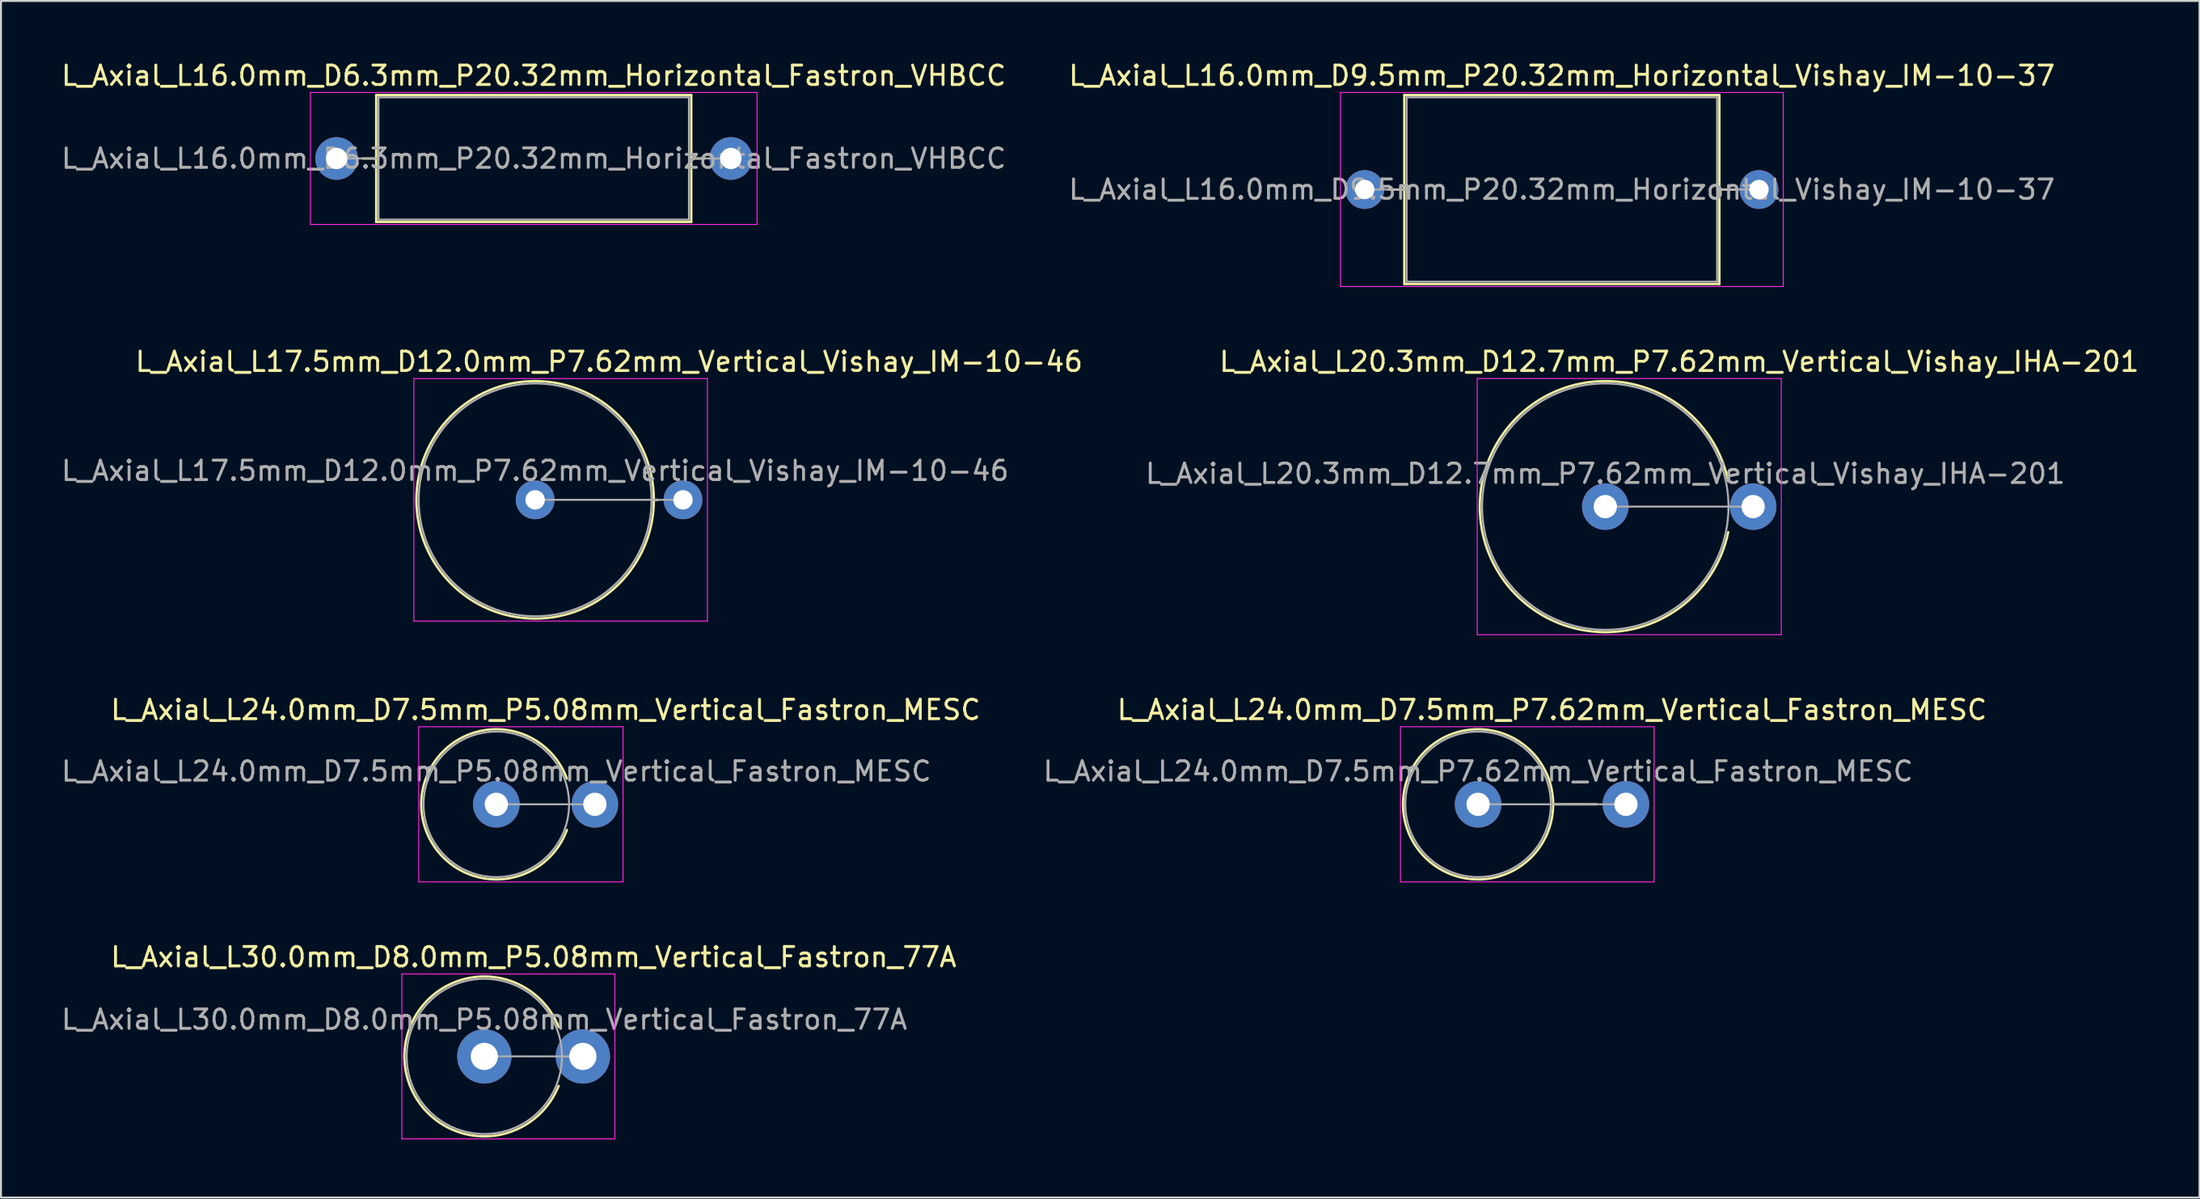
<source format=kicad_pcb>
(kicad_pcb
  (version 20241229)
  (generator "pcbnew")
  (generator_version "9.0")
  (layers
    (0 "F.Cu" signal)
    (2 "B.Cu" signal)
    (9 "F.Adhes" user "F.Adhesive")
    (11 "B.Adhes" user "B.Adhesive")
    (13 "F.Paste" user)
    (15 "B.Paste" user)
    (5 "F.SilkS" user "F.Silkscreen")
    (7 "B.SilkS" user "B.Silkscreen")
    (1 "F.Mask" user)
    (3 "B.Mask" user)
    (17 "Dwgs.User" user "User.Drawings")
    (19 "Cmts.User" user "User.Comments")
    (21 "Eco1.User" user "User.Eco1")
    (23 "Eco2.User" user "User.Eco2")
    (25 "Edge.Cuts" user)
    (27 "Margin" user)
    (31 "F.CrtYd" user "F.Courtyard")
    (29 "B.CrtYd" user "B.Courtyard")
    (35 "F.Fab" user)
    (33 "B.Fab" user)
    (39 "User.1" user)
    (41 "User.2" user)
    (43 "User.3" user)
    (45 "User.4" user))
  (footprint "L_Axial_L16.0mm_D6.3mm_P20.32mm_Horizontal_Fastron_VHBCC"
    (layer "F.Cu")
    (at 14.298 5.118)
    (property "Reference" "L_Axial_L16.0mm_D6.3mm_P20.32mm_Horizontal_Fastron_VHBCC" (at 10.16 -4.27 0) (layer "F.SilkS") (effects (font (size 1 1) (thickness 0.15))))
    (attr through_hole)
    (fp_line (start 1.34 0) (end 2.04 0) (stroke (width 0.12) (type solid)) (layer "F.SilkS"))
    (fp_line (start 2.04 -3.27) (end 2.04 3.27) (stroke (width 0.12) (type solid)) (layer "F.SilkS"))
    (fp_line (start 2.04 3.27) (end 18.28 3.27) (stroke (width 0.12) (type solid)) (layer "F.SilkS"))
    (fp_line (start 18.28 -3.27) (end 2.04 -3.27) (stroke (width 0.12) (type solid)) (layer "F.SilkS"))
    (fp_line (start 18.28 3.27) (end 18.28 -3.27) (stroke (width 0.12) (type solid)) (layer "F.SilkS"))
    (fp_line (start 18.98 0) (end 18.28 0) (stroke (width 0.12) (type solid)) (layer "F.SilkS"))
    (fp_line (start -1.35 -3.4) (end -1.35 3.4) (stroke (width 0.05) (type solid)) (layer "F.CrtYd"))
    (fp_line (start -1.35 3.4) (end 21.67 3.4) (stroke (width 0.05) (type solid)) (layer "F.CrtYd"))
    (fp_line (start 21.67 -3.4) (end -1.35 -3.4) (stroke (width 0.05) (type solid)) (layer "F.CrtYd"))
    (fp_line (start 21.67 3.4) (end 21.67 -3.4) (stroke (width 0.05) (type solid)) (layer "F.CrtYd"))
    (fp_line (start 0 0) (end 2.16 0) (stroke (width 0.1) (type solid)) (layer "F.Fab"))
    (fp_line (start 2.16 -3.15) (end 2.16 3.15) (stroke (width 0.1) (type solid)) (layer "F.Fab"))
    (fp_line (start 2.16 3.15) (end 18.16 3.15) (stroke (width 0.1) (type solid)) (layer "F.Fab"))
    (fp_line (start 18.16 -3.15) (end 2.16 -3.15) (stroke (width 0.1) (type solid)) (layer "F.Fab"))
    (fp_line (start 18.16 3.15) (end 18.16 -3.15) (stroke (width 0.1) (type solid)) (layer "F.Fab"))
    (fp_line (start 20.32 0) (end 18.16 0) (stroke (width 0.1) (type solid)) (layer "F.Fab"))
    (fp_text user "${REFERENCE}" (at 10.16 0 0) (layer "F.Fab") (effects (font (size 1 1) (thickness 0.15))))
    (pad "1" thru_hole circle (at 0 0) (size 2.2 2.2) (drill 1.1) (layers "*.Cu" "*.Mask"))
    (pad "2" thru_hole oval (at 20.32 0) (size 2.2 2.2) (drill 1.1) (layers "*.Cu" "*.Mask")))
  (footprint "L_Axial_L30.0mm_D8.0mm_P5.08mm_Vertical_Fastron_77A"
    (layer "F.Cu")
    (at 21.911 51.398)
    (property "Reference" "L_Axial_L30.0mm_D8.0mm_P5.08mm_Vertical_Fastron_77A" (at 2.54 -5.12 0) (layer "F.SilkS") (effects (font (size 1 1) (thickness 0.15))))
    (attr through_hole)
    (fp_arc (start 3.82936 1.52) (mid -4.12 0) (end 3.82936 -1.52) (stroke (width 0.12) (type solid)) (layer "F.SilkS"))
    (fp_line (start -4.25 -4.25) (end -4.25 4.25) (stroke (width 0.05) (type solid)) (layer "F.CrtYd"))
    (fp_line (start -4.25 4.25) (end 6.73 4.25) (stroke (width 0.05) (type solid)) (layer "F.CrtYd"))
    (fp_line (start 6.73 -4.25) (end -4.25 -4.25) (stroke (width 0.05) (type solid)) (layer "F.CrtYd"))
    (fp_line (start 6.73 4.25) (end 6.73 -4.25) (stroke (width 0.05) (type solid)) (layer "F.CrtYd"))
    (fp_line (start 0 0) (end 5.08 0) (stroke (width 0.1) (type solid)) (layer "F.Fab"))
    (fp_circle (center 0 0) (end 4 0) (stroke (width 0.1) (type solid)) (fill no) (layer "F.Fab"))
    (fp_text user "${REFERENCE}" (at 0 -1.9 0) (layer "F.Fab") (effects (font (size 1 1) (thickness 0.15))))
    (pad "1" thru_hole circle (at 0 0) (size 2.8 2.8) (drill 1.4) (layers "*.Cu" "*.Mask"))
    (pad "2" thru_hole oval (at 5.08 0) (size 2.8 2.8) (drill 1.4) (layers "*.Cu" "*.Mask")))
  (footprint "L_Axial_L24.0mm_D7.5mm_P7.62mm_Vertical_Fastron_MESC"
    (layer "F.Cu")
    (at 73.129 38.405)
    (property "Reference" "L_Axial_L24.0mm_D7.5mm_P7.62mm_Vertical_Fastron_MESC" (at 3.81 -4.87 0) (layer "F.SilkS") (effects (font (size 1 1) (thickness 0.15))))
    (attr through_hole)
    (fp_line (start 3.87 0) (end 6.12 0) (stroke (width 0.12) (type solid)) (layer "F.SilkS"))
    (fp_circle (center 0 0) (end 3.87 0) (stroke (width 0.12) (type solid)) (fill no) (layer "F.SilkS"))
    (fp_line (start -4 -4) (end -4 4) (stroke (width 0.05) (type solid)) (layer "F.CrtYd"))
    (fp_line (start -4 4) (end 9.07 4) (stroke (width 0.05) (type solid)) (layer "F.CrtYd"))
    (fp_line (start 9.07 -4) (end -4 -4) (stroke (width 0.05) (type solid)) (layer "F.CrtYd"))
    (fp_line (start 9.07 4) (end 9.07 -4) (stroke (width 0.05) (type solid)) (layer "F.CrtYd"))
    (fp_line (start 0 0) (end 7.62 0) (stroke (width 0.1) (type solid)) (layer "F.Fab"))
    (fp_circle (center 0 0) (end 3.75 0) (stroke (width 0.1) (type solid)) (fill no) (layer "F.Fab"))
    (fp_text user "${REFERENCE}" (at 0 -1.7 0) (layer "F.Fab") (effects (font (size 1 1) (thickness 0.15))))
    (pad "1" thru_hole circle (at 0 0) (size 2.4 2.4) (drill 1.2) (layers "*.Cu" "*.Mask"))
    (pad "2" thru_hole oval (at 7.62 0) (size 2.4 2.4) (drill 1.2) (layers "*.Cu" "*.Mask")))
  (footprint "L_Axial_L24.0mm_D7.5mm_P5.08mm_Vertical_Fastron_MESC"
    (layer "F.Cu")
    (at 22.53 38.405)
    (property "Reference" "L_Axial_L24.0mm_D7.5mm_P5.08mm_Vertical_Fastron_MESC" (at 2.54 -4.87 0) (layer "F.SilkS") (effects (font (size 1 1) (thickness 0.15))))
    (attr through_hole)
    (fp_arc (start 3.637925 1.32) (mid -3.87 0) (end 3.637925 -1.32) (stroke (width 0.12) (type solid)) (layer "F.SilkS"))
    (fp_line (start -4 -4) (end -4 4) (stroke (width 0.05) (type solid)) (layer "F.CrtYd"))
    (fp_line (start -4 4) (end 6.53 4) (stroke (width 0.05) (type solid)) (layer "F.CrtYd"))
    (fp_line (start 6.53 -4) (end -4 -4) (stroke (width 0.05) (type solid)) (layer "F.CrtYd"))
    (fp_line (start 6.53 4) (end 6.53 -4) (stroke (width 0.05) (type solid)) (layer "F.CrtYd"))
    (fp_line (start 0 0) (end 5.08 0) (stroke (width 0.1) (type solid)) (layer "F.Fab"))
    (fp_circle (center 0 0) (end 3.75 0) (stroke (width 0.1) (type solid)) (fill no) (layer "F.Fab"))
    (fp_text user "${REFERENCE}" (at 0 -1.7 0) (layer "F.Fab") (effects (font (size 1 1) (thickness 0.15))))
    (pad "1" thru_hole circle (at 0 0) (size 2.4 2.4) (drill 1.2) (layers "*.Cu" "*.Mask"))
    (pad "2" thru_hole oval (at 5.08 0) (size 2.4 2.4) (drill 1.2) (layers "*.Cu" "*.Mask")))
  (footprint "L_Axial_L17.5mm_D12.0mm_P7.62mm_Vertical_Vishay_IM-10-46"
    (layer "F.Cu")
    (at 24.53 22.712)
    (property "Reference" "L_Axial_L17.5mm_D12.0mm_P7.62mm_Vertical_Vishay_IM-10-46" (at 3.81 -7.12 0) (layer "F.SilkS") (effects (font (size 1 1) (thickness 0.15))))
    (attr through_hole)
    (fp_line (start 6.12 0) (end 6.32 0) (stroke (width 0.12) (type solid)) (layer "F.SilkS"))
    (fp_circle (center 0 0) (end 6.12 0) (stroke (width 0.12) (type solid)) (fill no) (layer "F.SilkS"))
    (fp_line (start -6.25 -6.25) (end -6.25 6.25) (stroke (width 0.05) (type solid)) (layer "F.CrtYd"))
    (fp_line (start -6.25 6.25) (end 8.88 6.25) (stroke (width 0.05) (type solid)) (layer "F.CrtYd"))
    (fp_line (start 8.88 -6.25) (end -6.25 -6.25) (stroke (width 0.05) (type solid)) (layer "F.CrtYd"))
    (fp_line (start 8.88 6.25) (end 8.88 -6.25) (stroke (width 0.05) (type solid)) (layer "F.CrtYd"))
    (fp_line (start 0 0) (end 7.62 0) (stroke (width 0.1) (type solid)) (layer "F.Fab"))
    (fp_circle (center 0 0) (end 6 0) (stroke (width 0.1) (type solid)) (fill no) (layer "F.Fab"))
    (fp_text user "${REFERENCE}" (at 0 -1.5 0) (layer "F.Fab") (effects (font (size 1 1) (thickness 0.15))))
    (pad "1" thru_hole circle (at 0 0) (size 2 2) (drill 1) (layers "*.Cu" "*.Mask"))
    (pad "2" thru_hole oval (at 7.62 0) (size 2 2) (drill 1) (layers "*.Cu" "*.Mask")))
  (footprint "L_Axial_L16.0mm_D9.5mm_P20.32mm_Horizontal_Vishay_IM-10-37"
    (layer "F.Cu")
    (at 67.286 6.718)
    (property "Reference" "L_Axial_L16.0mm_D9.5mm_P20.32mm_Horizontal_Vishay_IM-10-37" (at 10.16 -5.87 0) (layer "F.SilkS") (effects (font (size 1 1) (thickness 0.15))))
    (attr through_hole)
    (fp_line (start 1.24 0) (end 2.04 0) (stroke (width 0.12) (type solid)) (layer "F.SilkS"))
    (fp_line (start 2.04 -4.87) (end 2.04 4.87) (stroke (width 0.12) (type solid)) (layer "F.SilkS"))
    (fp_line (start 2.04 4.87) (end 18.28 4.87) (stroke (width 0.12) (type solid)) (layer "F.SilkS"))
    (fp_line (start 18.28 -4.87) (end 2.04 -4.87) (stroke (width 0.12) (type solid)) (layer "F.SilkS"))
    (fp_line (start 18.28 4.87) (end 18.28 -4.87) (stroke (width 0.12) (type solid)) (layer "F.SilkS"))
    (fp_line (start 19.08 0) (end 18.28 0) (stroke (width 0.12) (type solid)) (layer "F.SilkS"))
    (fp_line (start -1.25 -5) (end -1.25 5) (stroke (width 0.05) (type solid)) (layer "F.CrtYd"))
    (fp_line (start -1.25 5) (end 21.57 5) (stroke (width 0.05) (type solid)) (layer "F.CrtYd"))
    (fp_line (start 21.57 -5) (end -1.25 -5) (stroke (width 0.05) (type solid)) (layer "F.CrtYd"))
    (fp_line (start 21.57 5) (end 21.57 -5) (stroke (width 0.05) (type solid)) (layer "F.CrtYd"))
    (fp_line (start 0 0) (end 2.16 0) (stroke (width 0.1) (type solid)) (layer "F.Fab"))
    (fp_line (start 2.16 -4.75) (end 2.16 4.75) (stroke (width 0.1) (type solid)) (layer "F.Fab"))
    (fp_line (start 2.16 4.75) (end 18.16 4.75) (stroke (width 0.1) (type solid)) (layer "F.Fab"))
    (fp_line (start 18.16 -4.75) (end 2.16 -4.75) (stroke (width 0.1) (type solid)) (layer "F.Fab"))
    (fp_line (start 18.16 4.75) (end 18.16 -4.75) (stroke (width 0.1) (type solid)) (layer "F.Fab"))
    (fp_line (start 20.32 0) (end 18.16 0) (stroke (width 0.1) (type solid)) (layer "F.Fab"))
    (fp_text user "${REFERENCE}" (at 10.16 0 0) (layer "F.Fab") (effects (font (size 1 1) (thickness 0.15))))
    (pad "1" thru_hole circle (at 0 0) (size 2 2) (drill 1) (layers "*.Cu" "*.Mask"))
    (pad "2" thru_hole oval (at 20.32 0) (size 2 2) (drill 1) (layers "*.Cu" "*.Mask")))
  (footprint "L_Axial_L20.3mm_D12.7mm_P7.62mm_Vertical_Vishay_IHA-201"
    (layer "F.Cu")
    (at 79.685 23.061)
    (property "Reference" "L_Axial_L20.3mm_D12.7mm_P7.62mm_Vertical_Vishay_IHA-201" (at 3.81 -7.47 0) (layer "F.SilkS") (effects (font (size 1 1) (thickness 0.15))))
    (attr through_hole)
    (fp_arc (start 6.333917 1.32) (mid -6.47 0) (end 6.333917 -1.32) (stroke (width 0.12) (type solid)) (layer "F.SilkS"))
    (fp_line (start -6.6 -6.6) (end -6.6 6.6) (stroke (width 0.05) (type solid)) (layer "F.CrtYd"))
    (fp_line (start -6.6 6.6) (end 9.07 6.6) (stroke (width 0.05) (type solid)) (layer "F.CrtYd"))
    (fp_line (start 9.07 -6.6) (end -6.6 -6.6) (stroke (width 0.05) (type solid)) (layer "F.CrtYd"))
    (fp_line (start 9.07 6.6) (end 9.07 -6.6) (stroke (width 0.05) (type solid)) (layer "F.CrtYd"))
    (fp_line (start 0 0) (end 7.62 0) (stroke (width 0.1) (type solid)) (layer "F.Fab"))
    (fp_circle (center 0 0) (end 6.35 0) (stroke (width 0.1) (type solid)) (fill no) (layer "F.Fab"))
    (fp_text user "${REFERENCE}" (at 0 -1.7 0) (layer "F.Fab") (effects (font (size 1 1) (thickness 0.15))))
    (pad "1" thru_hole circle (at 0 0) (size 2.4 2.4) (drill 1.2) (layers "*.Cu" "*.Mask"))
    (pad "2" thru_hole oval (at 7.62 0) (size 2.4 2.4) (drill 1.2) (layers "*.Cu" "*.Mask")))
  (gr_rect
    (start -3 -3)
    (end 110.31 58.673)
    (stroke (width 0.1) (type default))
    (fill no)
    (layer "Edge.Cuts")))
</source>
